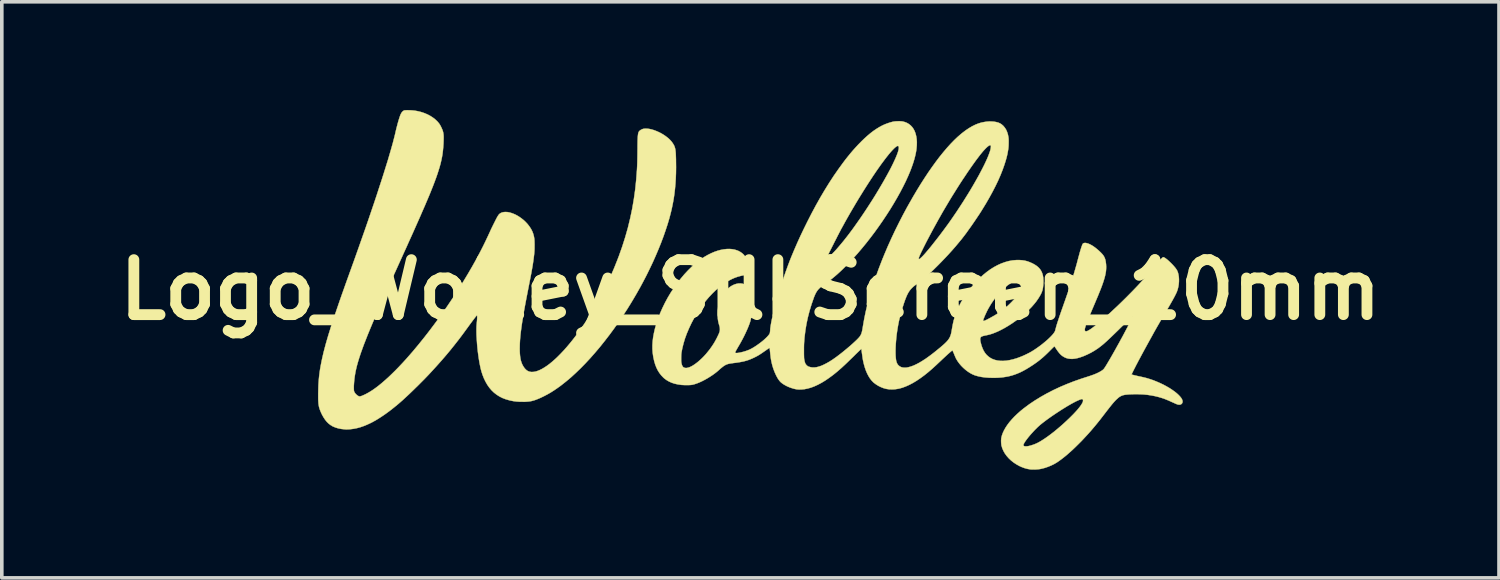
<source format=kicad_pcb>
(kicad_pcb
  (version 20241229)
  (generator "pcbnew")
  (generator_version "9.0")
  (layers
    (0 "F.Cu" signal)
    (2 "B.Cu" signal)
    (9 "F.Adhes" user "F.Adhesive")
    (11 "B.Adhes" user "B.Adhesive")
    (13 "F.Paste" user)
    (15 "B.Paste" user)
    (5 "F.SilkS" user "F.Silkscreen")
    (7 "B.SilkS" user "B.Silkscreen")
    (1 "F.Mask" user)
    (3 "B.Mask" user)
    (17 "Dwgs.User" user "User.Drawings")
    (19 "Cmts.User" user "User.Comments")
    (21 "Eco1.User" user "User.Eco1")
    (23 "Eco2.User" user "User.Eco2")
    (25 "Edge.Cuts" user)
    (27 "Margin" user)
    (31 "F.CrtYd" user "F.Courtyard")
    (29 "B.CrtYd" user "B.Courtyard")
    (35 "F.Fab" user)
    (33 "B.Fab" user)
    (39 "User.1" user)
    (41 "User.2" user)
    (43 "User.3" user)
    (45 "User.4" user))
  (footprint "Logo_Wolley_SilkScreen_10mm"
    (layer "F.Cu")
    (at 17.751 4.982)
    (property "Reference" "Logo_Wolley_SilkScreen_10mm" (at 0 0 0) (layer "F.SilkS") (effects (font (size 1.524 1.524) (thickness 0.3))))
    (attr through_hole)
    (fp_poly (pts (xy -9.494 -4.977) (xy -9.401 -4.974) (xy -9.314 -4.966) (xy -9.231 -4.952) (xy -9.148 -4.932) (xy -9.112 -4.922) (xy -9.028 -4.893) (xy -8.947 -4.858) (xy -8.872 -4.818) (xy -8.802 -4.773) (xy -8.739 -4.724) (xy -8.683 -4.672) (xy -8.635 -4.616) (xy -8.616 -4.59) (xy -8.602 -4.567) (xy -8.586 -4.537) (xy -8.569 -4.504) (xy -8.553 -4.469) (xy -8.539 -4.436) (xy -8.528 -4.407) (xy -8.524 -4.394) (xy -8.515 -4.356) (xy -8.508 -4.315) (xy -8.504 -4.269) (xy -8.503 -4.218) (xy -8.504 -4.159) (xy -8.504 -4.155) (xy -8.508 -4.047) (xy -8.515 -3.947) (xy -8.524 -3.853) (xy -8.535 -3.763) (xy -8.55 -3.675) (xy -8.568 -3.587) (xy -8.589 -3.498) (xy -8.614 -3.406) (xy -8.644 -3.309) (xy -8.667 -3.237) (xy -8.683 -3.189) (xy -8.7 -3.14) (xy -8.718 -3.089) (xy -8.738 -3.036) (xy -8.758 -2.981) (xy -8.78 -2.924) (xy -8.803 -2.864) (xy -8.828 -2.802) (xy -8.854 -2.736) (xy -8.882 -2.667) (xy -8.913 -2.593) (xy -8.945 -2.516) (xy -8.98 -2.435) (xy -9.016 -2.349) (xy -9.056 -2.258) (xy -9.098 -2.162) (xy -9.142 -2.06) (xy -9.189 -1.953) (xy -9.24 -1.839) (xy -9.293 -1.719) (xy -9.349 -1.593) (xy -9.409 -1.46) (xy -9.473 -1.319) (xy -9.539 -1.171) (xy -9.61 -1.016) (xy -9.684 -0.852) (xy -9.762 -0.68) (xy -9.779 -0.642) (xy -9.809 -0.576) (xy -9.84 -0.507) (xy -9.872 -0.438) (xy -9.903 -0.368) (xy -9.934 -0.299) (xy -9.964 -0.233) (xy -9.993 -0.17) (xy -10.019 -0.112) (xy -10.043 -0.059) (xy -10.063 -0.013) (xy -10.074 0.01) (xy -10.15 0.181) (xy -10.222 0.343) (xy -10.29 0.498) (xy -10.354 0.645) (xy -10.415 0.785) (xy -10.471 0.917) (xy -10.524 1.043) (xy -10.573 1.162) (xy -10.619 1.275) (xy -10.661 1.383) (xy -10.701 1.484) (xy -10.737 1.58) (xy -10.77 1.672) (xy -10.801 1.758) (xy -10.828 1.84) (xy -10.853 1.918) (xy -10.876 1.993) (xy -10.896 2.063) (xy -10.914 2.13) (xy -10.929 2.195) (xy -10.943 2.257) (xy -10.954 2.316) (xy -10.957 2.334) (xy -10.968 2.401) (xy -10.977 2.47) (xy -10.984 2.538) (xy -10.989 2.604) (xy -10.993 2.665) (xy -10.993 2.721) (xy -10.993 2.742) (xy -10.992 2.769) (xy -10.991 2.788) (xy -10.989 2.803) (xy -10.986 2.814) (xy -10.982 2.826) (xy -10.975 2.839) (xy -10.961 2.862) (xy -10.942 2.886) (xy -10.92 2.908) (xy -10.896 2.928) (xy -10.872 2.943) (xy -10.85 2.954) (xy -10.832 2.957) (xy -10.813 2.954) (xy -10.786 2.947) (xy -10.754 2.934) (xy -10.717 2.918) (xy -10.676 2.899) (xy -10.632 2.876) (xy -10.587 2.851) (xy -10.541 2.824) (xy -10.495 2.795) (xy -10.469 2.778) (xy -10.391 2.723) (xy -10.308 2.66) (xy -10.221 2.589) (xy -10.131 2.511) (xy -10.037 2.427) (xy -9.941 2.335) (xy -9.842 2.238) (xy -9.742 2.135) (xy -9.64 2.027) (xy -9.536 1.913) (xy -9.522 1.897) (xy -9.362 1.714) (xy -9.202 1.522) (xy -9.041 1.322) (xy -8.881 1.116) (xy -8.722 0.904) (xy -8.565 0.688) (xy -8.411 0.468) (xy -8.26 0.244) (xy -8.113 0.02) (xy -7.972 -0.206) (xy -7.835 -0.432) (xy -7.718 -0.633) (xy -7.636 -0.779) (xy -7.558 -0.921) (xy -7.485 -1.06) (xy -7.414 -1.199) (xy -7.345 -1.34) (xy -7.276 -1.486) (xy -7.224 -1.598) (xy -7.205 -1.641) (xy -7.184 -1.686) (xy -7.161 -1.734) (xy -7.137 -1.783) (xy -7.113 -1.831) (xy -7.09 -1.877) (xy -7.068 -1.921) (xy -7.048 -1.96) (xy -7.03 -1.994) (xy -7.015 -2.022) (xy -7.007 -2.035) (xy -6.992 -2.058) (xy -6.978 -2.079) (xy -6.964 -2.095) (xy -6.958 -2.101) (xy -6.922 -2.126) (xy -6.881 -2.143) (xy -6.836 -2.153) (xy -6.787 -2.156) (xy -6.734 -2.153) (xy -6.68 -2.143) (xy -6.623 -2.127) (xy -6.566 -2.106) (xy -6.507 -2.08) (xy -6.449 -2.048) (xy -6.392 -2.012) (xy -6.336 -1.971) (xy -6.281 -1.927) (xy -6.23 -1.878) (xy -6.181 -1.826) (xy -6.137 -1.77) (xy -6.097 -1.712) (xy -6.078 -1.681) (xy -6.046 -1.619) (xy -6.021 -1.553) (xy -6.002 -1.483) (xy -5.99 -1.414) (xy -5.988 -1.392) (xy -5.986 -1.363) (xy -5.985 -1.327) (xy -5.984 -1.287) (xy -5.983 -1.244) (xy -5.984 -1.2) (xy -5.984 -1.156) (xy -5.985 -1.115) (xy -5.987 -1.078) (xy -5.989 -1.046) (xy -5.99 -1.035) (xy -5.995 -0.978) (xy -6.002 -0.922) (xy -6.009 -0.864) (xy -6.017 -0.805) (xy -6.026 -0.743) (xy -6.036 -0.677) (xy -6.048 -0.608) (xy -6.061 -0.534) (xy -6.075 -0.454) (xy -6.092 -0.368) (xy -6.11 -0.275) (xy -6.13 -0.173) (xy -6.144 -0.101) (xy -6.174 0.052) (xy -6.202 0.197) (xy -6.228 0.332) (xy -6.252 0.46) (xy -6.274 0.58) (xy -6.293 0.693) (xy -6.311 0.799) (xy -6.327 0.899) (xy -6.341 0.993) (xy -6.353 1.082) (xy -6.364 1.165) (xy -6.373 1.244) (xy -6.38 1.319) (xy -6.386 1.39) (xy -6.39 1.458) (xy -6.393 1.522) (xy -6.394 1.585) (xy -6.395 1.627) (xy -6.394 1.707) (xy -6.39 1.778) (xy -6.384 1.842) (xy -6.376 1.9) (xy -6.365 1.954) (xy -6.35 2.003) (xy -6.333 2.049) (xy -6.315 2.088) (xy -6.29 2.131) (xy -6.262 2.171) (xy -6.232 2.205) (xy -6.2 2.233) (xy -6.169 2.253) (xy -6.167 2.254) (xy -6.123 2.271) (xy -6.074 2.279) (xy -6.022 2.278) (xy -5.967 2.27) (xy -5.908 2.253) (xy -5.845 2.228) (xy -5.78 2.196) (xy -5.712 2.156) (xy -5.641 2.109) (xy -5.568 2.055) (xy -5.492 1.993) (xy -5.415 1.925) (xy -5.335 1.849) (xy -5.254 1.767) (xy -5.171 1.679) (xy -5.087 1.584) (xy -5.002 1.483) (xy -4.916 1.376) (xy -4.829 1.263) (xy -4.742 1.144) (xy -4.734 1.133) (xy -4.6 0.939) (xy -4.468 0.737) (xy -4.341 0.528) (xy -4.218 0.311) (xy -4.1 0.09) (xy -3.987 -0.137) (xy -3.879 -0.368) (xy -3.777 -0.601) (xy -3.683 -0.837) (xy -3.645 -0.936) (xy -3.553 -1.196) (xy -3.47 -1.457) (xy -3.396 -1.718) (xy -3.332 -1.982) (xy -3.276 -2.247) (xy -3.23 -2.516) (xy -3.192 -2.787) (xy -3.164 -3.061) (xy -3.144 -3.331) (xy -3.139 -3.425) (xy -3.135 -3.527) (xy -3.133 -3.635) (xy -3.131 -3.748) (xy -3.13 -3.863) (xy -3.129 -3.908) (xy -3.129 -3.988) (xy -3.128 -4.058) (xy -3.127 -4.12) (xy -3.125 -4.174) (xy -3.123 -4.221) (xy -3.12 -4.261) (xy -3.116 -4.295) (xy -3.112 -4.323) (xy -3.107 -4.346) (xy -3.101 -4.364) (xy -3.096 -4.376) (xy -3.08 -4.398) (xy -3.057 -4.419) (xy -3.028 -4.437) (xy -2.996 -4.452) (xy -2.963 -4.462) (xy -2.962 -4.462) (xy -2.914 -4.467) (xy -2.86 -4.465) (xy -2.801 -4.458) (xy -2.739 -4.444) (xy -2.674 -4.425) (xy -2.609 -4.4) (xy -2.542 -4.371) (xy -2.476 -4.338) (xy -2.412 -4.3) (xy -2.351 -4.259) (xy -2.293 -4.214) (xy -2.284 -4.207) (xy -2.234 -4.161) (xy -2.19 -4.113) (xy -2.153 -4.063) (xy -2.123 -4.014) (xy -2.108 -3.983) (xy -2.1 -3.961) (xy -2.092 -3.937) (xy -2.086 -3.912) (xy -2.08 -3.884) (xy -2.076 -3.852) (xy -2.072 -3.815) (xy -2.069 -3.773) (xy -2.067 -3.724) (xy -2.065 -3.668) (xy -2.063 -3.604) (xy -2.063 -3.563) (xy -2.061 -3.396) (xy -2.063 -3.237) (xy -2.069 -3.085) (xy -2.078 -2.938) (xy -2.091 -2.796) (xy -2.107 -2.657) (xy -2.127 -2.52) (xy -2.152 -2.384) (xy -2.18 -2.248) (xy -2.205 -2.143) (xy -2.246 -1.985) (xy -2.294 -1.823) (xy -2.349 -1.655) (xy -2.409 -1.482) (xy -2.475 -1.306) (xy -2.547 -1.127) (xy -2.624 -0.946) (xy -2.705 -0.764) (xy -2.792 -0.581) (xy -2.882 -0.398) (xy -2.977 -0.216) (xy -3.061 -0.06) (xy -3.174 0.139) (xy -3.29 0.335) (xy -3.409 0.528) (xy -3.532 0.716) (xy -3.656 0.901) (xy -3.783 1.081) (xy -3.912 1.256) (xy -4.043 1.425) (xy -4.174 1.589) (xy -4.307 1.746) (xy -4.44 1.897) (xy -4.574 2.041) (xy -4.707 2.177) (xy -4.841 2.306) (xy -4.973 2.427) (xy -5.105 2.538) (xy -5.235 2.641) (xy -5.253 2.655) (xy -5.351 2.726) (xy -5.445 2.79) (xy -5.538 2.849) (xy -5.631 2.902) (xy -5.725 2.951) (xy -5.823 2.998) (xy -5.839 3.005) (xy -5.904 3.032) (xy -5.963 3.055) (xy -6.018 3.072) (xy -6.072 3.086) (xy -6.127 3.095) (xy -6.184 3.101) (xy -6.247 3.105) (xy -6.306 3.105) (xy -6.398 3.104) (xy -6.483 3.098) (xy -6.564 3.088) (xy -6.642 3.073) (xy -6.688 3.062) (xy -6.784 3.034) (xy -6.875 2.999) (xy -6.959 2.956) (xy -7.037 2.906) (xy -7.11 2.849) (xy -7.177 2.784) (xy -7.238 2.712) (xy -7.294 2.632) (xy -7.344 2.544) (xy -7.39 2.448) (xy -7.43 2.345) (xy -7.432 2.337) (xy -7.453 2.272) (xy -7.473 2.198) (xy -7.491 2.116) (xy -7.509 2.027) (xy -7.525 1.932) (xy -7.54 1.831) (xy -7.554 1.726) (xy -7.566 1.617) (xy -7.576 1.505) (xy -7.584 1.391) (xy -7.591 1.276) (xy -7.592 1.256) (xy -7.594 1.167) (xy -7.594 1.086) (xy -7.592 1.01) (xy -7.586 0.938) (xy -7.584 0.912) (xy -7.58 0.874) (xy -7.577 0.837) (xy -7.575 0.803) (xy -7.574 0.773) (xy -7.573 0.748) (xy -7.574 0.729) (xy -7.575 0.72) (xy -7.578 0.714) (xy -7.581 0.713) (xy -7.587 0.716) (xy -7.596 0.726) (xy -7.603 0.734) (xy -7.617 0.75) (xy -7.636 0.774) (xy -7.659 0.804) (xy -7.687 0.841) (xy -7.719 0.884) (xy -7.755 0.932) (xy -7.793 0.984) (xy -7.834 1.041) (xy -7.86 1.076) (xy -7.973 1.231) (xy -8.087 1.382) (xy -8.203 1.53) (xy -8.321 1.677) (xy -8.443 1.823) (xy -8.57 1.97) (xy -8.703 2.119) (xy -8.842 2.271) (xy -8.916 2.351) (xy -8.963 2.4) (xy -9.016 2.455) (xy -9.073 2.513) (xy -9.134 2.574) (xy -9.196 2.637) (xy -9.261 2.7) (xy -9.325 2.763) (xy -9.389 2.825) (xy -9.45 2.884) (xy -9.509 2.939) (xy -9.564 2.99) (xy -9.614 3.036) (xy -9.635 3.056) (xy -9.76 3.165) (xy -9.883 3.266) (xy -10.004 3.361) (xy -10.122 3.447) (xy -10.237 3.525) (xy -10.348 3.595) (xy -10.456 3.657) (xy -10.519 3.69) (xy -10.622 3.738) (xy -10.72 3.778) (xy -10.815 3.811) (xy -10.908 3.836) (xy -11 3.854) (xy -11.091 3.866) (xy -11.116 3.867) (xy -11.142 3.869) (xy -11.165 3.87) (xy -11.184 3.871) (xy -11.195 3.872) (xy -11.198 3.871) (xy -11.206 3.871) (xy -11.222 3.87) (xy -11.242 3.868) (xy -11.26 3.867) (xy -11.343 3.858) (xy -11.423 3.842) (xy -11.497 3.82) (xy -11.565 3.792) (xy -11.584 3.783) (xy -11.64 3.749) (xy -11.692 3.709) (xy -11.741 3.661) (xy -11.786 3.606) (xy -11.829 3.542) (xy -11.87 3.47) (xy -11.9 3.408) (xy -11.916 3.37) (xy -11.93 3.335) (xy -11.942 3.301) (xy -11.953 3.267) (xy -11.961 3.232) (xy -11.967 3.194) (xy -11.973 3.154) (xy -11.976 3.11) (xy -11.979 3.061) (xy -11.98 3.006) (xy -11.98 2.944) (xy -11.98 2.874) (xy -11.979 2.835) (xy -11.977 2.732) (xy -11.974 2.636) (xy -11.968 2.546) (xy -11.961 2.459) (xy -11.952 2.374) (xy -11.941 2.289) (xy -11.928 2.201) (xy -11.912 2.109) (xy -11.911 2.106) (xy -11.898 2.038) (xy -11.884 1.968) (xy -11.869 1.897) (xy -11.852 1.824) (xy -11.835 1.749) (xy -11.815 1.672) (xy -11.794 1.592) (xy -11.772 1.509) (xy -11.747 1.422) (xy -11.721 1.332) (xy -11.693 1.238) (xy -11.662 1.139) (xy -11.63 1.035) (xy -11.595 0.927) (xy -11.557 0.813) (xy -11.517 0.693) (xy -11.474 0.567) (xy -11.429 0.435) (xy -11.381 0.295) (xy -11.33 0.149) (xy -11.275 -0.005) (xy -11.218 -0.166) (xy -11.157 -0.336) (xy -11.093 -0.514) (xy -11.076 -0.561) (xy -10.973 -0.847) (xy -10.874 -1.126) (xy -10.779 -1.396) (xy -10.687 -1.657) (xy -10.599 -1.911) (xy -10.515 -2.158) (xy -10.434 -2.396) (xy -10.357 -2.627) (xy -10.284 -2.852) (xy -10.213 -3.069) (xy -10.167 -3.214) (xy -10.126 -3.345) (xy -10.088 -3.467) (xy -10.052 -3.582) (xy -10.02 -3.691) (xy -9.99 -3.793) (xy -9.962 -3.89) (xy -9.936 -3.982) (xy -9.911 -4.071) (xy -9.889 -4.157) (xy -9.867 -4.241) (xy -9.847 -4.323) (xy -9.832 -4.39) (xy -9.815 -4.461) (xy -9.797 -4.531) (xy -9.78 -4.596) (xy -9.763 -4.658) (xy -9.746 -4.715) (xy -9.73 -4.766) (xy -9.715 -4.81) (xy -9.702 -4.846) (xy -9.69 -4.872) (xy -9.669 -4.91) (xy -9.646 -4.938) (xy -9.62 -4.959) (xy -9.608 -4.966) (xy -9.598 -4.97) (xy -9.589 -4.973) (xy -9.579 -4.975) (xy -9.566 -4.976) (xy -9.548 -4.976) (xy -9.524 -4.977) (xy -9.494 -4.977)) (stroke (width 0.01) (type solid)) (fill yes) (layer "F.SilkS"))
    (fp_poly (pts (xy 4.162 -4.671) (xy 4.198 -4.668) (xy 4.214 -4.666) (xy 4.28 -4.649) (xy 4.34 -4.625) (xy 4.394 -4.593) (xy 4.443 -4.554) (xy 4.486 -4.508) (xy 4.523 -4.455) (xy 4.554 -4.395) (xy 4.578 -4.329) (xy 4.596 -4.257) (xy 4.608 -4.179) (xy 4.614 -4.095) (xy 4.612 -4.006) (xy 4.604 -3.911) (xy 4.598 -3.864) (xy 4.584 -3.785) (xy 4.565 -3.7) (xy 4.541 -3.61) (xy 4.512 -3.515) (xy 4.478 -3.417) (xy 4.441 -3.317) (xy 4.433 -3.297) (xy 4.373 -3.154) (xy 4.306 -3.007) (xy 4.231 -2.856) (xy 4.15 -2.701) (xy 4.063 -2.545) (xy 3.97 -2.386) (xy 3.873 -2.227) (xy 3.77 -2.067) (xy 3.664 -1.908) (xy 3.554 -1.75) (xy 3.441 -1.593) (xy 3.325 -1.44) (xy 3.207 -1.289) (xy 3.087 -1.143) (xy 2.966 -1.001) (xy 2.844 -0.865) (xy 2.722 -0.735) (xy 2.631 -0.642) (xy 2.554 -0.566) (xy 2.481 -0.497) (xy 2.41 -0.432) (xy 2.339 -0.371) (xy 2.268 -0.312) (xy 2.194 -0.255) (xy 2.116 -0.196) (xy 2.032 -0.136) (xy 1.981 -0.099) (xy 1.938 -0.064) (xy 1.901 -0.029) (xy 1.869 0.006) (xy 1.842 0.044) (xy 1.817 0.085) (xy 1.794 0.132) (xy 1.771 0.186) (xy 1.759 0.217) (xy 1.695 0.402) (xy 1.639 0.585) (xy 1.592 0.767) (xy 1.553 0.95) (xy 1.523 1.134) (xy 1.5 1.32) (xy 1.49 1.445) (xy 1.488 1.476) (xy 1.486 1.513) (xy 1.485 1.554) (xy 1.484 1.599) (xy 1.484 1.645) (xy 1.484 1.692) (xy 1.484 1.738) (xy 1.484 1.782) (xy 1.485 1.823) (xy 1.486 1.858) (xy 1.487 1.887) (xy 1.489 1.908) (xy 1.489 1.915) (xy 1.496 1.952) (xy 1.504 1.988) (xy 1.513 2.019) (xy 1.522 2.043) (xy 1.524 2.047) (xy 1.539 2.07) (xy 1.559 2.093) (xy 1.581 2.112) (xy 1.594 2.121) (xy 1.616 2.131) (xy 1.645 2.14) (xy 1.678 2.148) (xy 1.713 2.153) (xy 1.726 2.154) (xy 1.779 2.154) (xy 1.837 2.146) (xy 1.899 2.13) (xy 1.967 2.107) (xy 2.038 2.075) (xy 2.114 2.036) (xy 2.195 1.99) (xy 2.279 1.936) (xy 2.349 1.887) (xy 2.399 1.851) (xy 2.451 1.811) (xy 2.505 1.77) (xy 2.56 1.726) (xy 2.615 1.681) (xy 2.67 1.636) (xy 2.724 1.59) (xy 2.776 1.546) (xy 2.825 1.502) (xy 2.871 1.46) (xy 2.913 1.421) (xy 2.951 1.385) (xy 2.983 1.352) (xy 3.009 1.324) (xy 3.028 1.301) (xy 3.032 1.296) (xy 3.045 1.277) (xy 3.056 1.258) (xy 3.066 1.239) (xy 3.075 1.218) (xy 3.083 1.195) (xy 3.09 1.168) (xy 3.098 1.137) (xy 3.105 1.099) (xy 3.113 1.055) (xy 3.121 1.002) (xy 3.125 0.98) (xy 3.156 0.803) (xy 3.194 0.619) (xy 3.238 0.43) (xy 3.289 0.237) (xy 3.346 0.039) (xy 3.41 -0.163) (xy 3.48 -0.369) (xy 3.555 -0.577) (xy 3.636 -0.787) (xy 3.667 -0.864) (xy 4.664 -0.864) (xy 4.666 -0.853) (xy 4.673 -0.849) (xy 4.686 -0.853) (xy 4.692 -0.857) (xy 4.714 -0.874) (xy 4.741 -0.898) (xy 4.773 -0.93) (xy 4.81 -0.969) (xy 4.851 -1.015) (xy 4.896 -1.068) (xy 4.945 -1.126) (xy 4.999 -1.191) (xy 5.055 -1.262) (xy 5.115 -1.338) (xy 5.179 -1.419) (xy 5.245 -1.505) (xy 5.313 -1.596) (xy 5.337 -1.627) (xy 5.415 -1.733) (xy 5.494 -1.841) (xy 5.572 -1.952) (xy 5.649 -2.064) (xy 5.726 -2.178) (xy 5.801 -2.292) (xy 5.876 -2.407) (xy 5.948 -2.521) (xy 6.019 -2.635) (xy 6.088 -2.747) (xy 6.154 -2.858) (xy 6.217 -2.967) (xy 6.277 -3.073) (xy 6.335 -3.177) (xy 6.388 -3.277) (xy 6.438 -3.373) (xy 6.484 -3.464) (xy 6.525 -3.551) (xy 6.562 -3.632) (xy 6.594 -3.708) (xy 6.62 -3.778) (xy 6.642 -3.84) (xy 6.654 -3.885) (xy 6.66 -3.912) (xy 6.664 -3.939) (xy 6.666 -3.963) (xy 6.666 -3.983) (xy 6.663 -3.997) (xy 6.661 -4.001) (xy 6.649 -4.007) (xy 6.633 -4.005) (xy 6.613 -3.995) (xy 6.588 -3.978) (xy 6.558 -3.953) (xy 6.524 -3.92) (xy 6.501 -3.896) (xy 6.461 -3.853) (xy 6.417 -3.801) (xy 6.369 -3.742) (xy 6.318 -3.675) (xy 6.263 -3.603) (xy 6.206 -3.524) (xy 6.146 -3.44) (xy 6.084 -3.351) (xy 6.019 -3.257) (xy 5.954 -3.159) (xy 5.886 -3.058) (xy 5.818 -2.954) (xy 5.75 -2.847) (xy 5.681 -2.737) (xy 5.612 -2.627) (xy 5.543 -2.515) (xy 5.476 -2.403) (xy 5.409 -2.29) (xy 5.343 -2.178) (xy 5.306 -2.113) (xy 5.259 -2.03) (xy 5.211 -1.945) (xy 5.164 -1.86) (xy 5.117 -1.775) (xy 5.071 -1.691) (xy 5.026 -1.608) (xy 4.983 -1.527) (xy 4.941 -1.448) (xy 4.901 -1.372) (xy 4.863 -1.299) (xy 4.828 -1.229) (xy 4.795 -1.164) (xy 4.766 -1.104) (xy 4.739 -1.05) (xy 4.716 -1.001) (xy 4.697 -0.959) (xy 4.682 -0.923) (xy 4.672 -0.896) (xy 4.668 -0.883) (xy 4.664 -0.864) (xy 3.667 -0.864) (xy 3.722 -0.999) (xy 3.813 -1.213) (xy 3.91 -1.427) (xy 4.011 -1.642) (xy 4.117 -1.856) (xy 4.227 -2.07) (xy 4.341 -2.282) (xy 4.389 -2.367) (xy 4.499 -2.561) (xy 4.609 -2.747) (xy 4.718 -2.925) (xy 4.826 -3.094) (xy 4.933 -3.256) (xy 5.04 -3.409) (xy 5.145 -3.554) (xy 5.249 -3.691) (xy 5.352 -3.818) (xy 5.453 -3.937) (xy 5.553 -4.047) (xy 5.651 -4.148) (xy 5.748 -4.24) (xy 5.843 -4.322) (xy 5.874 -4.347) (xy 5.967 -4.418) (xy 6.058 -4.479) (xy 6.148 -4.532) (xy 6.235 -4.575) (xy 6.32 -4.609) (xy 6.403 -4.634) (xy 6.477 -4.649) (xy 6.551 -4.66) (xy 6.622 -4.665) (xy 6.691 -4.664) (xy 6.756 -4.659) (xy 6.817 -4.648) (xy 6.872 -4.633) (xy 6.92 -4.612) (xy 6.961 -4.587) (xy 6.962 -4.586) (xy 7.01 -4.544) (xy 7.051 -4.495) (xy 7.087 -4.439) (xy 7.115 -4.376) (xy 7.137 -4.308) (xy 7.152 -4.233) (xy 7.155 -4.208) (xy 7.158 -4.177) (xy 7.159 -4.138) (xy 7.159 -4.095) (xy 7.158 -4.049) (xy 7.157 -4.003) (xy 7.154 -3.959) (xy 7.15 -3.918) (xy 7.146 -3.889) (xy 7.135 -3.822) (xy 7.123 -3.758) (xy 7.108 -3.695) (xy 7.091 -3.629) (xy 7.071 -3.561) (xy 7.047 -3.486) (xy 7.038 -3.458) (xy 6.989 -3.32) (xy 6.932 -3.176) (xy 6.867 -3.028) (xy 6.794 -2.876) (xy 6.713 -2.719) (xy 6.625 -2.558) (xy 6.53 -2.393) (xy 6.434 -2.236) (xy 6.392 -2.168) (xy 6.346 -2.096) (xy 6.296 -2.022) (xy 6.245 -1.946) (xy 6.193 -1.869) (xy 6.14 -1.792) (xy 6.087 -1.717) (xy 6.035 -1.645) (xy 5.986 -1.576) (xy 5.938 -1.512) (xy 5.894 -1.455) (xy 5.855 -1.404) (xy 5.768 -1.299) (xy 5.68 -1.194) (xy 5.589 -1.09) (xy 5.493 -0.984) (xy 5.392 -0.876) (xy 5.285 -0.765) (xy 5.21 -0.688) (xy 5.132 -0.611) (xy 5.061 -0.541) (xy 4.994 -0.476) (xy 4.932 -0.418) (xy 4.874 -0.365) (xy 4.818 -0.317) (xy 4.766 -0.273) (xy 4.716 -0.233) (xy 4.667 -0.196) (xy 4.619 -0.162) (xy 4.605 -0.153) (xy 4.559 -0.12) (xy 4.517 -0.087) (xy 4.48 -0.052) (xy 4.446 -0.016) (xy 4.415 0.023) (xy 4.386 0.066) (xy 4.359 0.114) (xy 4.333 0.168) (xy 4.308 0.229) (xy 4.282 0.297) (xy 4.256 0.373) (xy 4.255 0.376) (xy 4.24 0.423) (xy 4.223 0.476) (xy 4.206 0.534) (xy 4.188 0.594) (xy 4.171 0.654) (xy 4.156 0.711) (xy 4.142 0.763) (xy 4.133 0.799) (xy 4.114 0.883) (xy 4.097 0.97) (xy 4.081 1.06) (xy 4.067 1.151) (xy 4.054 1.244) (xy 4.044 1.335) (xy 4.036 1.426) (xy 4.029 1.515) (xy 4.025 1.6) (xy 4.023 1.681) (xy 4.023 1.757) (xy 4.025 1.828) (xy 4.03 1.891) (xy 4.037 1.946) (xy 4.04 1.963) (xy 4.052 2.008) (xy 4.068 2.046) (xy 4.089 2.078) (xy 4.105 2.096) (xy 4.139 2.123) (xy 4.179 2.144) (xy 4.224 2.156) (xy 4.274 2.16) (xy 4.33 2.157) (xy 4.39 2.145) (xy 4.455 2.126) (xy 4.526 2.1) (xy 4.601 2.065) (xy 4.681 2.023) (xy 4.76 1.976) (xy 4.809 1.944) (xy 4.859 1.912) (xy 4.909 1.876) (xy 4.962 1.838) (xy 5.018 1.796) (xy 5.078 1.75) (xy 5.143 1.698) (xy 5.198 1.653) (xy 5.258 1.604) (xy 5.311 1.559) (xy 5.358 1.518) (xy 5.398 1.481) (xy 5.433 1.446) (xy 5.463 1.413) (xy 5.488 1.381) (xy 5.509 1.35) (xy 5.527 1.318) (xy 5.541 1.285) (xy 5.554 1.25) (xy 5.564 1.212) (xy 5.573 1.171) (xy 5.581 1.126) (xy 5.585 1.1) (xy 5.599 1.02) (xy 5.613 0.948) (xy 5.628 0.88) (xy 5.634 0.858) (xy 6.451 0.858) (xy 6.456 0.864) (xy 6.465 0.865) (xy 6.48 0.862) (xy 6.501 0.854) (xy 6.53 0.841) (xy 6.549 0.832) (xy 6.581 0.816) (xy 6.62 0.795) (xy 6.662 0.772) (xy 6.706 0.747) (xy 6.751 0.722) (xy 6.793 0.697) (xy 6.831 0.673) (xy 6.836 0.67) (xy 6.91 0.621) (xy 6.983 0.568) (xy 7.054 0.512) (xy 7.122 0.454) (xy 7.186 0.394) (xy 7.247 0.333) (xy 7.304 0.272) (xy 7.355 0.211) (xy 7.401 0.151) (xy 7.441 0.093) (xy 7.474 0.036) (xy 7.5 -0.017) (xy 7.517 -0.067) (xy 7.52 -0.076) (xy 7.527 -0.117) (xy 7.526 -0.153) (xy 7.518 -0.183) (xy 7.502 -0.207) (xy 7.479 -0.226) (xy 7.449 -0.238) (xy 7.415 -0.243) (xy 7.373 -0.242) (xy 7.328 -0.232) (xy 7.28 -0.214) (xy 7.229 -0.189) (xy 7.177 -0.157) (xy 7.122 -0.118) (xy 7.067 -0.074) (xy 7.011 -0.023) (xy 6.955 0.032) (xy 6.898 0.093) (xy 6.843 0.157) (xy 6.789 0.226) (xy 6.736 0.298) (xy 6.685 0.372) (xy 6.637 0.45) (xy 6.591 0.529) (xy 6.549 0.61) (xy 6.547 0.616) (xy 6.53 0.652) (xy 6.513 0.689) (xy 6.496 0.726) (xy 6.482 0.762) (xy 6.469 0.793) (xy 6.46 0.819) (xy 6.455 0.832) (xy 6.452 0.848) (xy 6.451 0.858) (xy 5.634 0.858) (xy 5.646 0.814) (xy 5.666 0.747) (xy 5.68 0.705) (xy 5.725 0.584) (xy 5.778 0.465) (xy 5.837 0.349) (xy 5.904 0.234) (xy 5.979 0.12) (xy 6.063 0.007) (xy 6.155 -0.106) (xy 6.257 -0.221) (xy 6.263 -0.227) (xy 6.357 -0.323) (xy 6.453 -0.412) (xy 6.551 -0.492) (xy 6.65 -0.564) (xy 6.751 -0.627) (xy 6.852 -0.682) (xy 6.954 -0.728) (xy 7.056 -0.765) (xy 7.158 -0.794) (xy 7.26 -0.813) (xy 7.361 -0.822) (xy 7.378 -0.823) (xy 7.459 -0.823) (xy 7.534 -0.818) (xy 7.605 -0.807) (xy 7.673 -0.79) (xy 7.742 -0.765) (xy 7.812 -0.734) (xy 7.819 -0.731) (xy 7.884 -0.695) (xy 7.941 -0.657) (xy 7.989 -0.615) (xy 8.029 -0.57) (xy 8.062 -0.519) (xy 8.087 -0.464) (xy 8.106 -0.403) (xy 8.117 -0.337) (xy 8.122 -0.263) (xy 8.122 -0.196) (xy 8.117 -0.128) (xy 8.111 -0.067) (xy 8.101 -0.013) (xy 8.092 0.023) (xy 8.075 0.071) (xy 8.051 0.123) (xy 8.019 0.18) (xy 7.981 0.241) (xy 7.936 0.306) (xy 7.926 0.321) (xy 7.864 0.398) (xy 7.795 0.477) (xy 7.718 0.556) (xy 7.634 0.635) (xy 7.545 0.712) (xy 7.451 0.788) (xy 7.353 0.862) (xy 7.253 0.932) (xy 7.15 0.998) (xy 7.047 1.059) (xy 6.963 1.104) (xy 6.875 1.148) (xy 6.792 1.184) (xy 6.712 1.215) (xy 6.636 1.239) (xy 6.562 1.257) (xy 6.543 1.261) (xy 6.501 1.269) (xy 6.467 1.277) (xy 6.44 1.285) (xy 6.419 1.292) (xy 6.403 1.3) (xy 6.392 1.309) (xy 6.383 1.32) (xy 6.379 1.328) (xy 6.372 1.346) (xy 6.37 1.368) (xy 6.371 1.395) (xy 6.376 1.429) (xy 6.382 1.456) (xy 6.404 1.541) (xy 6.432 1.618) (xy 6.464 1.688) (xy 6.502 1.749) (xy 6.544 1.802) (xy 6.545 1.802) (xy 6.595 1.849) (xy 6.651 1.889) (xy 6.712 1.921) (xy 6.779 1.945) (xy 6.851 1.962) (xy 6.927 1.971) (xy 7.009 1.972) (xy 7.095 1.966) (xy 7.186 1.951) (xy 7.281 1.929) (xy 7.38 1.9) (xy 7.483 1.862) (xy 7.486 1.861) (xy 7.528 1.844) (xy 7.574 1.824) (xy 7.622 1.802) (xy 7.669 1.779) (xy 7.715 1.756) (xy 7.755 1.735) (xy 7.79 1.715) (xy 7.797 1.711) (xy 7.858 1.673) (xy 7.918 1.633) (xy 7.978 1.591) (xy 8.037 1.548) (xy 8.095 1.503) (xy 8.15 1.458) (xy 8.203 1.414) (xy 8.252 1.37) (xy 8.297 1.327) (xy 8.337 1.287) (xy 8.373 1.248) (xy 8.402 1.213) (xy 8.425 1.18) (xy 8.441 1.152) (xy 8.449 1.131) (xy 8.458 1.095) (xy 8.468 1.057) (xy 8.479 1.016) (xy 8.492 0.972) (xy 8.507 0.924) (xy 8.524 0.872) (xy 8.543 0.814) (xy 8.564 0.75) (xy 8.588 0.68) (xy 8.615 0.603) (xy 8.645 0.518) (xy 8.678 0.425) (xy 8.681 0.415) (xy 8.734 0.265) (xy 8.783 0.123) (xy 8.829 -0.011) (xy 8.871 -0.14) (xy 8.911 -0.262) (xy 8.948 -0.38) (xy 8.982 -0.494) (xy 9.014 -0.605) (xy 9.045 -0.713) (xy 9.073 -0.82) (xy 9.079 -0.842) (xy 9.097 -0.911) (xy 9.115 -0.975) (xy 9.131 -1.035) (xy 9.147 -1.089) (xy 9.162 -1.138) (xy 9.176 -1.181) (xy 9.188 -1.216) (xy 9.199 -1.244) (xy 9.207 -1.264) (xy 9.214 -1.276) (xy 9.214 -1.276) (xy 9.233 -1.29) (xy 9.258 -1.297) (xy 9.288 -1.298) (xy 9.324 -1.292) (xy 9.363 -1.28) (xy 9.406 -1.262) (xy 9.452 -1.238) (xy 9.468 -1.229) (xy 9.51 -1.202) (xy 9.552 -1.172) (xy 9.595 -1.138) (xy 9.641 -1.099) (xy 9.67 -1.073) (xy 9.714 -1.031) (xy 9.75 -0.993) (xy 9.78 -0.957) (xy 9.803 -0.92) (xy 9.822 -0.882) (xy 9.836 -0.841) (xy 9.847 -0.795) (xy 9.854 -0.743) (xy 9.859 -0.704) (xy 9.862 -0.643) (xy 9.861 -0.581) (xy 9.856 -0.517) (xy 9.845 -0.45) (xy 9.83 -0.38) (xy 9.809 -0.303) (xy 9.784 -0.223) (xy 9.772 -0.187) (xy 9.759 -0.15) (xy 9.745 -0.111) (xy 9.73 -0.071) (xy 9.714 -0.028) (xy 9.695 0.018) (xy 9.675 0.068) (xy 9.653 0.123) (xy 9.628 0.184) (xy 9.6 0.25) (xy 9.569 0.323) (xy 9.535 0.404) (xy 9.501 0.484) (xy 9.463 0.573) (xy 9.43 0.653) (xy 9.399 0.726) (xy 9.373 0.791) (xy 9.349 0.849) (xy 9.329 0.9) (xy 9.313 0.945) (xy 9.299 0.985) (xy 9.288 1.019) (xy 9.279 1.048) (xy 9.273 1.072) (xy 9.27 1.092) (xy 9.269 1.109) (xy 9.27 1.123) (xy 9.273 1.133) (xy 9.278 1.141) (xy 9.289 1.15) (xy 9.305 1.152) (xy 9.325 1.149) (xy 9.351 1.139) (xy 9.382 1.122) (xy 9.419 1.099) (xy 9.452 1.077) (xy 9.504 1.038) (xy 9.563 0.993) (xy 9.627 0.942) (xy 9.695 0.885) (xy 9.767 0.822) (xy 9.843 0.756) (xy 9.922 0.685) (xy 10.003 0.611) (xy 10.086 0.533) (xy 10.171 0.454) (xy 10.256 0.372) (xy 10.341 0.289) (xy 10.426 0.205) (xy 10.509 0.121) (xy 10.592 0.037) (xy 10.672 -0.046) (xy 10.75 -0.128) (xy 10.824 -0.209) (xy 10.895 -0.286) (xy 10.961 -0.361) (xy 10.985 -0.388) (xy 11.005 -0.412) (xy 11.03 -0.442) (xy 11.058 -0.475) (xy 11.087 -0.51) (xy 11.117 -0.545) (xy 11.143 -0.578) (xy 11.189 -0.633) (xy 11.232 -0.685) (xy 11.273 -0.732) (xy 11.31 -0.774) (xy 11.343 -0.811) (xy 11.372 -0.842) (xy 11.396 -0.867) (xy 11.416 -0.886) (xy 11.43 -0.897) (xy 11.431 -0.898) (xy 11.439 -0.903) (xy 11.446 -0.904) (xy 11.455 -0.901) (xy 11.469 -0.895) (xy 11.469 -0.895) (xy 11.495 -0.881) (xy 11.525 -0.859) (xy 11.561 -0.831) (xy 11.6 -0.796) (xy 11.643 -0.755) (xy 11.665 -0.734) (xy 11.712 -0.685) (xy 11.752 -0.64) (xy 11.786 -0.599) (xy 11.812 -0.561) (xy 11.831 -0.529) (xy 11.832 -0.526) (xy 11.852 -0.475) (xy 11.866 -0.418) (xy 11.876 -0.356) (xy 11.88 -0.29) (xy 11.879 -0.222) (xy 11.873 -0.152) (xy 11.862 -0.084) (xy 11.846 -0.017) (xy 11.825 0.046) (xy 11.823 0.051) (xy 11.809 0.084) (xy 11.789 0.125) (xy 11.765 0.173) (xy 11.735 0.229) (xy 11.7 0.293) (xy 11.66 0.363) (xy 11.616 0.441) (xy 11.566 0.526) (xy 11.512 0.618) (xy 11.488 0.658) (xy 11.437 0.744) (xy 11.382 0.839) (xy 11.323 0.942) (xy 11.26 1.051) (xy 11.195 1.166) (xy 11.128 1.288) (xy 11.058 1.414) (xy 10.986 1.545) (xy 10.912 1.68) (xy 10.837 1.819) (xy 10.786 1.915) (xy 10.764 1.955) (xy 10.742 1.997) (xy 10.719 2.041) (xy 10.696 2.084) (xy 10.674 2.128) (xy 10.653 2.169) (xy 10.633 2.208) (xy 10.615 2.244) (xy 10.599 2.276) (xy 10.586 2.303) (xy 10.576 2.324) (xy 10.57 2.339) (xy 10.567 2.345) (xy 10.567 2.346) (xy 10.57 2.349) (xy 10.579 2.353) (xy 10.595 2.358) (xy 10.617 2.364) (xy 10.647 2.371) (xy 10.685 2.38) (xy 10.731 2.391) (xy 10.786 2.403) (xy 10.812 2.408) (xy 10.847 2.416) (xy 10.883 2.424) (xy 10.919 2.433) (xy 10.95 2.44) (xy 10.975 2.447) (xy 10.977 2.447) (xy 11.072 2.476) (xy 11.169 2.509) (xy 11.264 2.547) (xy 11.358 2.588) (xy 11.45 2.632) (xy 11.537 2.679) (xy 11.62 2.727) (xy 11.697 2.778) (xy 11.768 2.829) (xy 11.83 2.88) (xy 11.874 2.921) (xy 11.913 2.963) (xy 11.943 3.001) (xy 11.964 3.037) (xy 11.976 3.07) (xy 11.98 3.101) (xy 11.975 3.129) (xy 11.972 3.137) (xy 11.957 3.16) (xy 11.935 3.176) (xy 11.909 3.185) (xy 11.878 3.186) (xy 11.843 3.18) (xy 11.834 3.177) (xy 11.821 3.172) (xy 11.8 3.164) (xy 11.774 3.153) (xy 11.745 3.139) (xy 11.713 3.125) (xy 11.686 3.113) (xy 11.589 3.069) (xy 11.495 3.031) (xy 11.403 2.999) (xy 11.312 2.972) (xy 11.218 2.949) (xy 11.12 2.93) (xy 11.016 2.914) (xy 10.969 2.909) (xy 10.921 2.904) (xy 10.868 2.9) (xy 10.809 2.898) (xy 10.748 2.896) (xy 10.686 2.896) (xy 10.624 2.896) (xy 10.563 2.898) (xy 10.507 2.9) (xy 10.456 2.904) (xy 10.411 2.908) (xy 10.386 2.911) (xy 10.343 2.92) (xy 10.303 2.932) (xy 10.266 2.949) (xy 10.23 2.97) (xy 10.194 2.998) (xy 10.156 3.032) (xy 10.121 3.066) (xy 10.105 3.083) (xy 10.088 3.102) (xy 10.07 3.122) (xy 10.051 3.144) (xy 10.03 3.169) (xy 10.007 3.197) (xy 9.981 3.23) (xy 9.951 3.267) (xy 9.918 3.31) (xy 9.88 3.358) (xy 9.837 3.414) (xy 9.813 3.446) (xy 9.774 3.496) (xy 9.741 3.539) (xy 9.712 3.577) (xy 9.686 3.61) (xy 9.663 3.639) (xy 9.642 3.665) (xy 9.622 3.69) (xy 9.602 3.714) (xy 9.582 3.739) (xy 9.561 3.764) (xy 9.538 3.792) (xy 9.527 3.805) (xy 9.442 3.905) (xy 9.356 4.002) (xy 9.268 4.097) (xy 9.181 4.19) (xy 9.093 4.278) (xy 9.007 4.363) (xy 8.922 4.444) (xy 8.838 4.519) (xy 8.758 4.589) (xy 8.68 4.652) (xy 8.606 4.709) (xy 8.536 4.759) (xy 8.493 4.788) (xy 8.416 4.833) (xy 8.333 4.873) (xy 8.247 4.908) (xy 8.16 4.938) (xy 8.074 4.96) (xy 8.027 4.97) (xy 7.993 4.974) (xy 7.953 4.978) (xy 7.91 4.981) (xy 7.866 4.982) (xy 7.824 4.982) (xy 7.787 4.981) (xy 7.761 4.979) (xy 7.679 4.965) (xy 7.595 4.942) (xy 7.513 4.911) (xy 7.452 4.883) (xy 7.37 4.837) (xy 7.293 4.786) (xy 7.223 4.73) (xy 7.16 4.67) (xy 7.104 4.606) (xy 7.055 4.539) (xy 7.015 4.469) (xy 6.984 4.398) (xy 6.978 4.381) (xy 6.961 4.317) (xy 6.959 4.306) (xy 7.567 4.306) (xy 7.572 4.321) (xy 7.584 4.332) (xy 7.605 4.339) (xy 7.633 4.341) (xy 7.669 4.339) (xy 7.7 4.335) (xy 7.736 4.327) (xy 7.779 4.315) (xy 7.824 4.301) (xy 7.87 4.285) (xy 7.913 4.267) (xy 7.921 4.264) (xy 7.976 4.237) (xy 8.037 4.203) (xy 8.103 4.162) (xy 8.173 4.116) (xy 8.247 4.064) (xy 8.324 4.007) (xy 8.403 3.946) (xy 8.484 3.88) (xy 8.567 3.81) (xy 8.65 3.738) (xy 8.733 3.662) (xy 8.816 3.584) (xy 8.82 3.581) (xy 8.888 3.514) (xy 8.951 3.451) (xy 9.007 3.391) (xy 9.058 3.335) (xy 9.101 3.283) (xy 9.139 3.235) (xy 9.169 3.192) (xy 9.193 3.153) (xy 9.21 3.12) (xy 9.219 3.092) (xy 9.221 3.075) (xy 9.218 3.053) (xy 9.211 3.037) (xy 9.2 3.03) (xy 9.195 3.029) (xy 9.182 3.031) (xy 9.163 3.036) (xy 9.137 3.045) (xy 9.108 3.056) (xy 9.077 3.07) (xy 9.072 3.072) (xy 9.024 3.094) (xy 8.97 3.122) (xy 8.91 3.154) (xy 8.846 3.191) (xy 8.777 3.231) (xy 8.706 3.275) (xy 8.633 3.32) (xy 8.559 3.368) (xy 8.484 3.417) (xy 8.411 3.466) (xy 8.339 3.515) (xy 8.27 3.564) (xy 8.205 3.611) (xy 8.144 3.657) (xy 8.088 3.7) (xy 8.039 3.74) (xy 8.028 3.749) (xy 7.988 3.785) (xy 7.947 3.823) (xy 7.906 3.864) (xy 7.864 3.907) (xy 7.823 3.952) (xy 7.783 3.996) (xy 7.744 4.041) (xy 7.708 4.084) (xy 7.675 4.126) (xy 7.645 4.166) (xy 7.619 4.202) (xy 7.598 4.235) (xy 7.582 4.264) (xy 7.571 4.287) (xy 7.567 4.304) (xy 7.567 4.306) (xy 6.959 4.306) (xy 6.951 4.249) (xy 6.949 4.182) (xy 6.954 4.117) (xy 6.956 4.106) (xy 6.972 4.039) (xy 6.997 3.969) (xy 7.031 3.897) (xy 7.072 3.823) (xy 7.122 3.748) (xy 7.179 3.672) (xy 7.244 3.596) (xy 7.316 3.519) (xy 7.395 3.443) (xy 7.48 3.367) (xy 7.571 3.292) (xy 7.584 3.283) (xy 7.73 3.174) (xy 7.885 3.07) (xy 8.048 2.97) (xy 8.218 2.874) (xy 8.395 2.783) (xy 8.58 2.696) (xy 8.771 2.615) (xy 8.968 2.538) (xy 9.171 2.467) (xy 9.276 2.433) (xy 9.311 2.422) (xy 9.345 2.411) (xy 9.378 2.4) (xy 9.407 2.391) (xy 9.43 2.383) (xy 9.439 2.38) (xy 9.504 2.357) (xy 9.565 2.333) (xy 9.621 2.308) (xy 9.671 2.283) (xy 9.715 2.258) (xy 9.751 2.235) (xy 9.78 2.212) (xy 9.797 2.194) (xy 9.81 2.177) (xy 9.827 2.151) (xy 9.848 2.119) (xy 9.872 2.08) (xy 9.899 2.035) (xy 9.929 1.984) (xy 9.962 1.928) (xy 9.997 1.868) (xy 10.033 1.805) (xy 10.071 1.738) (xy 10.11 1.669) (xy 10.149 1.598) (xy 10.189 1.526) (xy 10.23 1.453) (xy 10.269 1.38) (xy 10.309 1.308) (xy 10.347 1.237) (xy 10.384 1.167) (xy 10.419 1.1) (xy 10.453 1.036) (xy 10.484 0.975) (xy 10.507 0.93) (xy 10.53 0.883) (xy 10.55 0.844) (xy 10.565 0.812) (xy 10.576 0.787) (xy 10.584 0.769) (xy 10.589 0.756) (xy 10.591 0.748) (xy 10.59 0.745) (xy 10.586 0.747) (xy 10.575 0.756) (xy 10.557 0.772) (xy 10.533 0.794) (xy 10.503 0.822) (xy 10.467 0.856) (xy 10.424 0.897) (xy 10.376 0.943) (xy 10.322 0.995) (xy 10.263 1.053) (xy 10.254 1.062) (xy 10.185 1.13) (xy 10.122 1.191) (xy 10.064 1.247) (xy 10.012 1.297) (xy 9.965 1.342) (xy 9.922 1.382) (xy 9.883 1.419) (xy 9.847 1.451) (xy 9.814 1.481) (xy 9.783 1.508) (xy 9.754 1.532) (xy 9.726 1.554) (xy 9.7 1.575) (xy 9.673 1.595) (xy 9.647 1.615) (xy 9.623 1.632) (xy 9.534 1.69) (xy 9.439 1.745) (xy 9.34 1.794) (xy 9.24 1.838) (xy 9.154 1.869) (xy 9.075 1.893) (xy 9.001 1.908) (xy 8.932 1.916) (xy 8.867 1.915) (xy 8.807 1.907) (xy 8.75 1.891) (xy 8.696 1.866) (xy 8.645 1.834) (xy 8.613 1.808) (xy 8.593 1.789) (xy 8.572 1.767) (xy 8.55 1.74) (xy 8.526 1.709) (xy 8.499 1.671) (xy 8.478 1.64) (xy 8.463 1.617) (xy 8.449 1.597) (xy 8.437 1.581) (xy 8.429 1.571) (xy 8.426 1.567) (xy 8.422 1.57) (xy 8.412 1.58) (xy 8.397 1.595) (xy 8.377 1.614) (xy 8.354 1.637) (xy 8.328 1.663) (xy 8.299 1.692) (xy 8.296 1.696) (xy 8.231 1.76) (xy 8.171 1.817) (xy 8.113 1.87) (xy 8.056 1.918) (xy 7.998 1.965) (xy 7.938 2.01) (xy 7.874 2.055) (xy 7.832 2.084) (xy 7.736 2.146) (xy 7.646 2.201) (xy 7.559 2.249) (xy 7.475 2.291) (xy 7.393 2.326) (xy 7.312 2.356) (xy 7.231 2.381) (xy 7.15 2.401) (xy 7.067 2.416) (xy 7.059 2.417) (xy 7.005 2.425) (xy 6.955 2.431) (xy 6.906 2.435) (xy 6.856 2.438) (xy 6.803 2.44) (xy 6.743 2.441) (xy 6.724 2.441) (xy 6.61 2.438) (xy 6.505 2.43) (xy 6.407 2.417) (xy 6.318 2.399) (xy 6.236 2.376) (xy 6.221 2.371) (xy 6.156 2.344) (xy 6.091 2.309) (xy 6.026 2.267) (xy 5.962 2.218) (xy 5.901 2.164) (xy 5.844 2.107) (xy 5.792 2.046) (xy 5.746 1.983) (xy 5.707 1.92) (xy 5.697 1.9) (xy 5.689 1.883) (xy 5.679 1.86) (xy 5.667 1.833) (xy 5.656 1.805) (xy 5.651 1.793) (xy 5.635 1.753) (xy 5.621 1.722) (xy 5.611 1.7) (xy 5.604 1.686) (xy 5.6 1.682) (xy 5.593 1.685) (xy 5.58 1.695) (xy 5.56 1.71) (xy 5.536 1.731) (xy 5.507 1.756) (xy 5.473 1.786) (xy 5.436 1.82) (xy 5.395 1.858) (xy 5.351 1.899) (xy 5.327 1.921) (xy 5.297 1.95) (xy 5.265 1.98) (xy 5.234 2.009) (xy 5.204 2.037) (xy 5.179 2.061) (xy 5.16 2.079) (xy 5.043 2.186) (xy 4.929 2.284) (xy 4.818 2.373) (xy 4.71 2.452) (xy 4.605 2.523) (xy 4.503 2.584) (xy 4.404 2.636) (xy 4.308 2.679) (xy 4.215 2.714) (xy 4.124 2.739) (xy 4.089 2.746) (xy 4.008 2.758) (xy 3.928 2.762) (xy 3.85 2.76) (xy 3.776 2.749) (xy 3.763 2.747) (xy 3.691 2.727) (xy 3.62 2.699) (xy 3.55 2.665) (xy 3.485 2.625) (xy 3.426 2.581) (xy 3.406 2.564) (xy 3.359 2.515) (xy 3.315 2.458) (xy 3.274 2.393) (xy 3.236 2.32) (xy 3.202 2.24) (xy 3.172 2.154) (xy 3.146 2.063) (xy 3.124 1.966) (xy 3.12 1.948) (xy 3.118 1.933) (xy 3.114 1.912) (xy 3.11 1.885) (xy 3.106 1.854) (xy 3.101 1.82) (xy 3.096 1.786) (xy 3.091 1.752) (xy 3.087 1.72) (xy 3.083 1.691) (xy 3.08 1.667) (xy 3.078 1.649) (xy 3.077 1.639) (xy 3.077 1.638) (xy 3.073 1.64) (xy 3.064 1.648) (xy 3.049 1.662) (xy 3.029 1.681) (xy 3.006 1.703) (xy 2.978 1.73) (xy 2.948 1.759) (xy 2.923 1.783) (xy 2.857 1.849) (xy 2.796 1.908) (xy 2.742 1.96) (xy 2.693 2.008) (xy 2.649 2.05) (xy 2.61 2.087) (xy 2.575 2.119) (xy 2.544 2.148) (xy 2.521 2.169) (xy 2.406 2.269) (xy 2.294 2.36) (xy 2.184 2.441) (xy 2.078 2.514) (xy 1.974 2.577) (xy 1.873 2.631) (xy 1.775 2.676) (xy 1.68 2.712) (xy 1.587 2.738) (xy 1.497 2.756) (xy 1.41 2.764) (xy 1.373 2.765) (xy 1.345 2.765) (xy 1.315 2.763) (xy 1.288 2.76) (xy 1.272 2.758) (xy 1.21 2.745) (xy 1.147 2.726) (xy 1.084 2.704) (xy 1.023 2.678) (xy 0.965 2.648) (xy 0.913 2.617) (xy 0.867 2.584) (xy 0.833 2.555) (xy 0.802 2.519) (xy 0.77 2.475) (xy 0.739 2.423) (xy 0.709 2.365) (xy 0.68 2.301) (xy 0.653 2.234) (xy 0.628 2.163) (xy 0.606 2.09) (xy 0.588 2.016) (xy 0.573 1.942) (xy 0.571 1.931) (xy 0.568 1.91) (xy 0.564 1.883) (xy 0.56 1.849) (xy 0.556 1.813) (xy 0.551 1.775) (xy 0.549 1.752) (xy 0.545 1.718) (xy 0.542 1.686) (xy 0.539 1.659) (xy 0.537 1.637) (xy 0.535 1.623) (xy 0.534 1.616) (xy 0.533 1.614) (xy 0.53 1.613) (xy 0.524 1.614) (xy 0.515 1.619) (xy 0.502 1.628) (xy 0.483 1.641) (xy 0.458 1.658) (xy 0.44 1.671) (xy 0.391 1.705) (xy 0.349 1.734) (xy 0.313 1.759) (xy 0.281 1.78) (xy 0.252 1.799) (xy 0.224 1.816) (xy 0.198 1.831) (xy 0.171 1.846) (xy 0.142 1.86) (xy 0.12 1.872) (xy 0.058 1.901) (xy -0.003 1.927) (xy -0.063 1.95) (xy -0.125 1.969) (xy -0.189 1.986) (xy -0.258 2) (xy -0.333 2.013) (xy -0.416 2.025) (xy -0.433 2.027) (xy -0.468 2.031) (xy -0.501 2.036) (xy -0.532 2.04) (xy -0.557 2.044) (xy -0.576 2.047) (xy -0.584 2.049) (xy -0.619 2.057) (xy -0.653 2.068) (xy -0.685 2.082) (xy -0.717 2.1) (xy -0.75 2.122) (xy -0.786 2.15) (xy -0.826 2.183) (xy -0.857 2.21) (xy -0.892 2.242) (xy -0.924 2.269) (xy -0.956 2.295) (xy -0.989 2.32) (xy -1.026 2.347) (xy -1.047 2.362) (xy -1.118 2.409) (xy -1.191 2.454) (xy -1.264 2.495) (xy -1.337 2.533) (xy -1.408 2.566) (xy -1.476 2.593) (xy -1.54 2.615) (xy -1.599 2.631) (xy -1.613 2.634) (xy -1.635 2.637) (xy -1.666 2.64) (xy -1.702 2.642) (xy -1.742 2.642) (xy -1.784 2.643) (xy -1.826 2.642) (xy -1.866 2.64) (xy -1.903 2.638) (xy -1.922 2.636) (xy -2.017 2.622) (xy -2.105 2.602) (xy -2.186 2.575) (xy -2.262 2.54) (xy -2.331 2.499) (xy -2.394 2.451) (xy -2.419 2.427) (xy -2.475 2.368) (xy -2.525 2.303) (xy -2.569 2.232) (xy -2.607 2.154) (xy -2.64 2.069) (xy -2.667 1.976) (xy -2.689 1.876) (xy -2.695 1.843) (xy -2.709 1.741) (xy -2.716 1.639) (xy -2.716 1.535) (xy -2.709 1.429) (xy -2.696 1.32) (xy -2.675 1.206) (xy -2.648 1.086) (xy -2.648 1.085) (xy -2.607 0.941) (xy -2.558 0.795) (xy -2.502 0.65) (xy -2.438 0.505) (xy -2.368 0.362) (xy -2.292 0.221) (xy -2.21 0.083) (xy -2.122 -0.051) (xy -2.03 -0.181) (xy -1.933 -0.306) (xy -1.833 -0.425) (xy -1.73 -0.536) (xy -1.623 -0.641) (xy -1.515 -0.737) (xy -1.447 -0.792) (xy -1.359 -0.856) (xy -1.271 -0.914) (xy -1.182 -0.965) (xy -1.092 -1.01) (xy -1.004 -1.048) (xy -0.916 -1.079) (xy -0.829 -1.103) (xy -0.745 -1.119) (xy -0.662 -1.129) (xy -0.583 -1.131) (xy -0.507 -1.125) (xy -0.435 -1.112) (xy -0.368 -1.091) (xy -0.332 -1.076) (xy -0.276 -1.046) (xy -0.227 -1.011) (xy -0.185 -0.972) (xy -0.149 -0.926) (xy -0.118 -0.874) (xy -0.1 -0.834) (xy -0.085 -0.793) (xy -0.075 -0.751) (xy -0.068 -0.705) (xy -0.064 -0.653) (xy -0.063 -0.594) (xy -0.063 -0.573) (xy -0.064 -0.541) (xy -0.064 -0.516) (xy -0.066 -0.499) (xy -0.067 -0.486) (xy -0.069 -0.475) (xy -0.072 -0.467) (xy -0.077 -0.458) (xy -0.077 -0.458) (xy -0.086 -0.443) (xy -0.097 -0.432) (xy -0.113 -0.423) (xy -0.134 -0.415) (xy -0.162 -0.407) (xy -0.185 -0.403) (xy -0.272 -0.383) (xy -0.353 -0.361) (xy -0.429 -0.334) (xy -0.504 -0.302) (xy -0.578 -0.264) (xy -0.656 -0.22) (xy -0.671 -0.211) (xy -0.768 -0.145) (xy -0.865 -0.071) (xy -0.96 0.011) (xy -1.054 0.102) (xy -1.146 0.2) (xy -1.235 0.305) (xy -1.321 0.416) (xy -1.404 0.533) (xy -1.483 0.655) (xy -1.558 0.782) (xy -1.628 0.913) (xy -1.636 0.929) (xy -1.704 1.073) (xy -1.764 1.215) (xy -1.815 1.355) (xy -1.856 1.493) (xy -1.889 1.628) (xy -1.911 1.744) (xy -1.914 1.772) (xy -1.917 1.802) (xy -1.918 1.837) (xy -1.919 1.878) (xy -1.919 1.903) (xy -1.919 1.938) (xy -1.919 1.966) (xy -1.918 1.988) (xy -1.916 2.006) (xy -1.914 2.022) (xy -1.911 2.037) (xy -1.908 2.049) (xy -1.897 2.088) (xy -1.883 2.117) (xy -1.866 2.14) (xy -1.845 2.155) (xy -1.843 2.156) (xy -1.813 2.166) (xy -1.779 2.169) (xy -1.74 2.163) (xy -1.698 2.151) (xy -1.653 2.132) (xy -1.606 2.107) (xy -1.556 2.075) (xy -1.504 2.038) (xy -1.451 1.996) (xy -1.397 1.949) (xy -1.342 1.898) (xy -1.288 1.843) (xy -1.234 1.784) (xy -1.182 1.721) (xy -1.13 1.656) (xy -1.081 1.588) (xy -1.034 1.518) (xy -0.997 1.459) (xy -0.978 1.425) (xy -0.957 1.387) (xy -0.935 1.346) (xy -0.915 1.305) (xy -0.896 1.266) (xy -0.879 1.23) (xy -0.866 1.198) (xy -0.86 1.181) (xy -0.853 1.161) (xy -0.849 1.143) (xy -0.847 1.125) (xy -0.846 1.101) (xy -0.846 1.093) (xy -0.847 1.069) (xy -0.848 1.05) (xy -0.851 1.032) (xy -0.856 1.012) (xy -0.864 0.987) (xy -0.878 0.936) (xy -0.89 0.888) (xy -0.898 0.841) (xy -0.904 0.791) (xy -0.906 0.737) (xy -0.907 0.676) (xy -0.907 0.676) (xy -0.904 0.578) (xy -0.895 0.486) (xy -0.879 0.401) (xy -0.856 0.321) (xy -0.827 0.245) (xy -0.79 0.174) (xy -0.746 0.105) (xy -0.711 0.059) (xy -0.662 0.004) (xy -0.611 -0.044) (xy -0.558 -0.085) (xy -0.503 -0.118) (xy -0.447 -0.145) (xy -0.39 -0.163) (xy -0.335 -0.174) (xy -0.28 -0.176) (xy -0.227 -0.17) (xy -0.178 -0.155) (xy -0.141 -0.138) (xy -0.108 -0.117) (xy -0.076 -0.09) (xy -0.057 -0.071) (xy -0.022 -0.03) (xy 0.004 0.014) (xy 0.02 0.058) (xy 0.021 0.063) (xy 0.026 0.09) (xy 0.03 0.126) (xy 0.034 0.169) (xy 0.036 0.222) (xy 0.038 0.282) (xy 0.038 0.352) (xy 0.038 0.376) (xy 0.038 0.46) (xy 0.037 0.534) (xy 0.034 0.6) (xy 0.031 0.66) (xy 0.026 0.712) (xy 0.021 0.759) (xy 0.014 0.8) (xy 0.006 0.838) (xy 0.004 0.845) (xy -0.009 0.893) (xy -0.028 0.948) (xy -0.051 1.008) (xy -0.078 1.074) (xy -0.109 1.143) (xy -0.142 1.215) (xy -0.178 1.289) (xy -0.216 1.363) (xy -0.256 1.437) (xy -0.296 1.509) (xy -0.337 1.578) (xy -0.354 1.608) (xy -0.371 1.637) (xy -0.386 1.664) (xy -0.399 1.686) (xy -0.408 1.703) (xy -0.41 1.708) (xy -0.418 1.725) (xy -0.422 1.736) (xy -0.423 1.742) (xy -0.421 1.746) (xy -0.418 1.748) (xy -0.406 1.753) (xy -0.385 1.754) (xy -0.358 1.752) (xy -0.325 1.748) (xy -0.288 1.741) (xy -0.248 1.732) (xy -0.206 1.722) (xy -0.163 1.709) (xy -0.12 1.696) (xy -0.079 1.681) (xy -0.04 1.666) (xy -0.005 1.65) (xy -0.001 1.648) (xy 0.05 1.621) (xy 0.104 1.589) (xy 0.161 1.552) (xy 0.218 1.512) (xy 0.275 1.47) (xy 0.329 1.428) (xy 0.38 1.385) (xy 0.425 1.343) (xy 0.465 1.304) (xy 0.488 1.278) (xy 0.508 1.254) (xy 0.523 1.234) (xy 0.533 1.216) (xy 0.539 1.198) (xy 0.543 1.177) (xy 0.546 1.15) (xy 0.547 1.138) (xy 0.549 1.112) (xy 0.55 1.088) (xy 0.552 1.068) (xy 0.554 1.055) (xy 0.566 0.974) (xy 0.582 0.884) (xy 0.602 0.788) (xy 0.625 0.685) (xy 0.652 0.576) (xy 0.681 0.463) (xy 0.713 0.345) (xy 0.747 0.224) (xy 0.783 0.1) (xy 0.822 -0.025) (xy 0.862 -0.152) (xy 0.903 -0.279) (xy 0.946 -0.405) (xy 0.99 -0.53) (xy 1.035 -0.654) (xy 1.08 -0.774) (xy 1.095 -0.812) (xy 2.075 -0.812) (xy 2.078 -0.814) (xy 2.088 -0.822) (xy 2.102 -0.835) (xy 2.12 -0.852) (xy 2.142 -0.873) (xy 2.166 -0.896) (xy 2.191 -0.921) (xy 2.217 -0.946) (xy 2.243 -0.972) (xy 2.268 -0.996) (xy 2.29 -1.019) (xy 2.31 -1.039) (xy 2.326 -1.055) (xy 2.329 -1.059) (xy 2.373 -1.106) (xy 2.42 -1.16) (xy 2.471 -1.22) (xy 2.524 -1.283) (xy 2.578 -1.348) (xy 2.631 -1.415) (xy 2.683 -1.481) (xy 2.733 -1.546) (xy 2.756 -1.577) (xy 2.828 -1.673) (xy 2.899 -1.772) (xy 2.97 -1.873) (xy 3.041 -1.974) (xy 3.111 -2.077) (xy 3.18 -2.18) (xy 3.248 -2.283) (xy 3.315 -2.387) (xy 3.381 -2.49) (xy 3.445 -2.592) (xy 3.507 -2.694) (xy 3.567 -2.794) (xy 3.625 -2.892) (xy 3.681 -2.988) (xy 3.734 -3.082) (xy 3.785 -3.173) (xy 3.833 -3.261) (xy 3.878 -3.345) (xy 3.919 -3.426) (xy 3.957 -3.503) (xy 3.991 -3.576) (xy 4.022 -3.643) (xy 4.048 -3.706) (xy 4.071 -3.763) (xy 4.089 -3.815) (xy 4.102 -3.861) (xy 4.111 -3.9) (xy 4.114 -3.932) (xy 4.113 -3.958) (xy 4.106 -3.976) (xy 4.104 -3.979) (xy 4.093 -3.986) (xy 4.079 -3.986) (xy 4.061 -3.98) (xy 4.04 -3.966) (xy 4.013 -3.945) (xy 3.982 -3.917) (xy 3.976 -3.911) (xy 3.935 -3.869) (xy 3.889 -3.818) (xy 3.84 -3.76) (xy 3.788 -3.695) (xy 3.732 -3.623) (xy 3.673 -3.544) (xy 3.611 -3.46) (xy 3.547 -3.369) (xy 3.481 -3.274) (xy 3.413 -3.174) (xy 3.344 -3.069) (xy 3.273 -2.96) (xy 3.201 -2.848) (xy 3.128 -2.732) (xy 3.055 -2.614) (xy 2.981 -2.494) (xy 2.908 -2.372) (xy 2.835 -2.248) (xy 2.762 -2.123) (xy 2.69 -1.997) (xy 2.62 -1.872) (xy 2.551 -1.746) (xy 2.504 -1.661) (xy 2.494 -1.64) (xy 2.48 -1.614) (xy 2.463 -1.582) (xy 2.444 -1.544) (xy 2.422 -1.503) (xy 2.399 -1.457) (xy 2.375 -1.409) (xy 2.349 -1.359) (xy 2.322 -1.307) (xy 2.296 -1.254) (xy 2.269 -1.201) (xy 2.243 -1.149) (xy 2.217 -1.098) (xy 2.192 -1.049) (xy 2.169 -1.003) (xy 2.147 -0.96) (xy 2.128 -0.921) (xy 2.111 -0.887) (xy 2.097 -0.858) (xy 2.086 -0.836) (xy 2.079 -0.821) (xy 2.075 -0.813) (xy 2.075 -0.812) (xy 1.095 -0.812) (xy 1.126 -0.891) (xy 1.138 -0.92) (xy 1.214 -1.102) (xy 1.296 -1.291) (xy 1.385 -1.487) (xy 1.481 -1.688) (xy 1.575 -1.879) (xy 1.695 -2.114) (xy 1.816 -2.34) (xy 1.938 -2.557) (xy 2.061 -2.765) (xy 2.185 -2.965) (xy 2.311 -3.158) (xy 2.439 -3.342) (xy 2.558 -3.506) (xy 2.633 -3.606) (xy 2.706 -3.698) (xy 2.776 -3.784) (xy 2.846 -3.866) (xy 2.916 -3.944) (xy 2.987 -4.021) (xy 3.061 -4.096) (xy 3.069 -4.105) (xy 3.158 -4.191) (xy 3.243 -4.268) (xy 3.326 -4.338) (xy 3.407 -4.4) (xy 3.487 -4.455) (xy 3.566 -4.504) (xy 3.645 -4.547) (xy 3.697 -4.572) (xy 3.734 -4.588) (xy 3.776 -4.604) (xy 3.821 -4.62) (xy 3.866 -4.635) (xy 3.909 -4.647) (xy 3.947 -4.657) (xy 3.956 -4.659) (xy 3.993 -4.665) (xy 4.034 -4.669) (xy 4.078 -4.671) (xy 4.122 -4.672) (xy 4.162 -4.671)) (stroke (width 0.01) (type solid)) (fill yes) (layer "F.SilkS")))
  (gr_rect
    (start -3 -3)
    (end 38.502 12.969)
    (stroke (width 0.1) (type default))
    (fill no)
    (layer "Edge.Cuts")))
</source>
